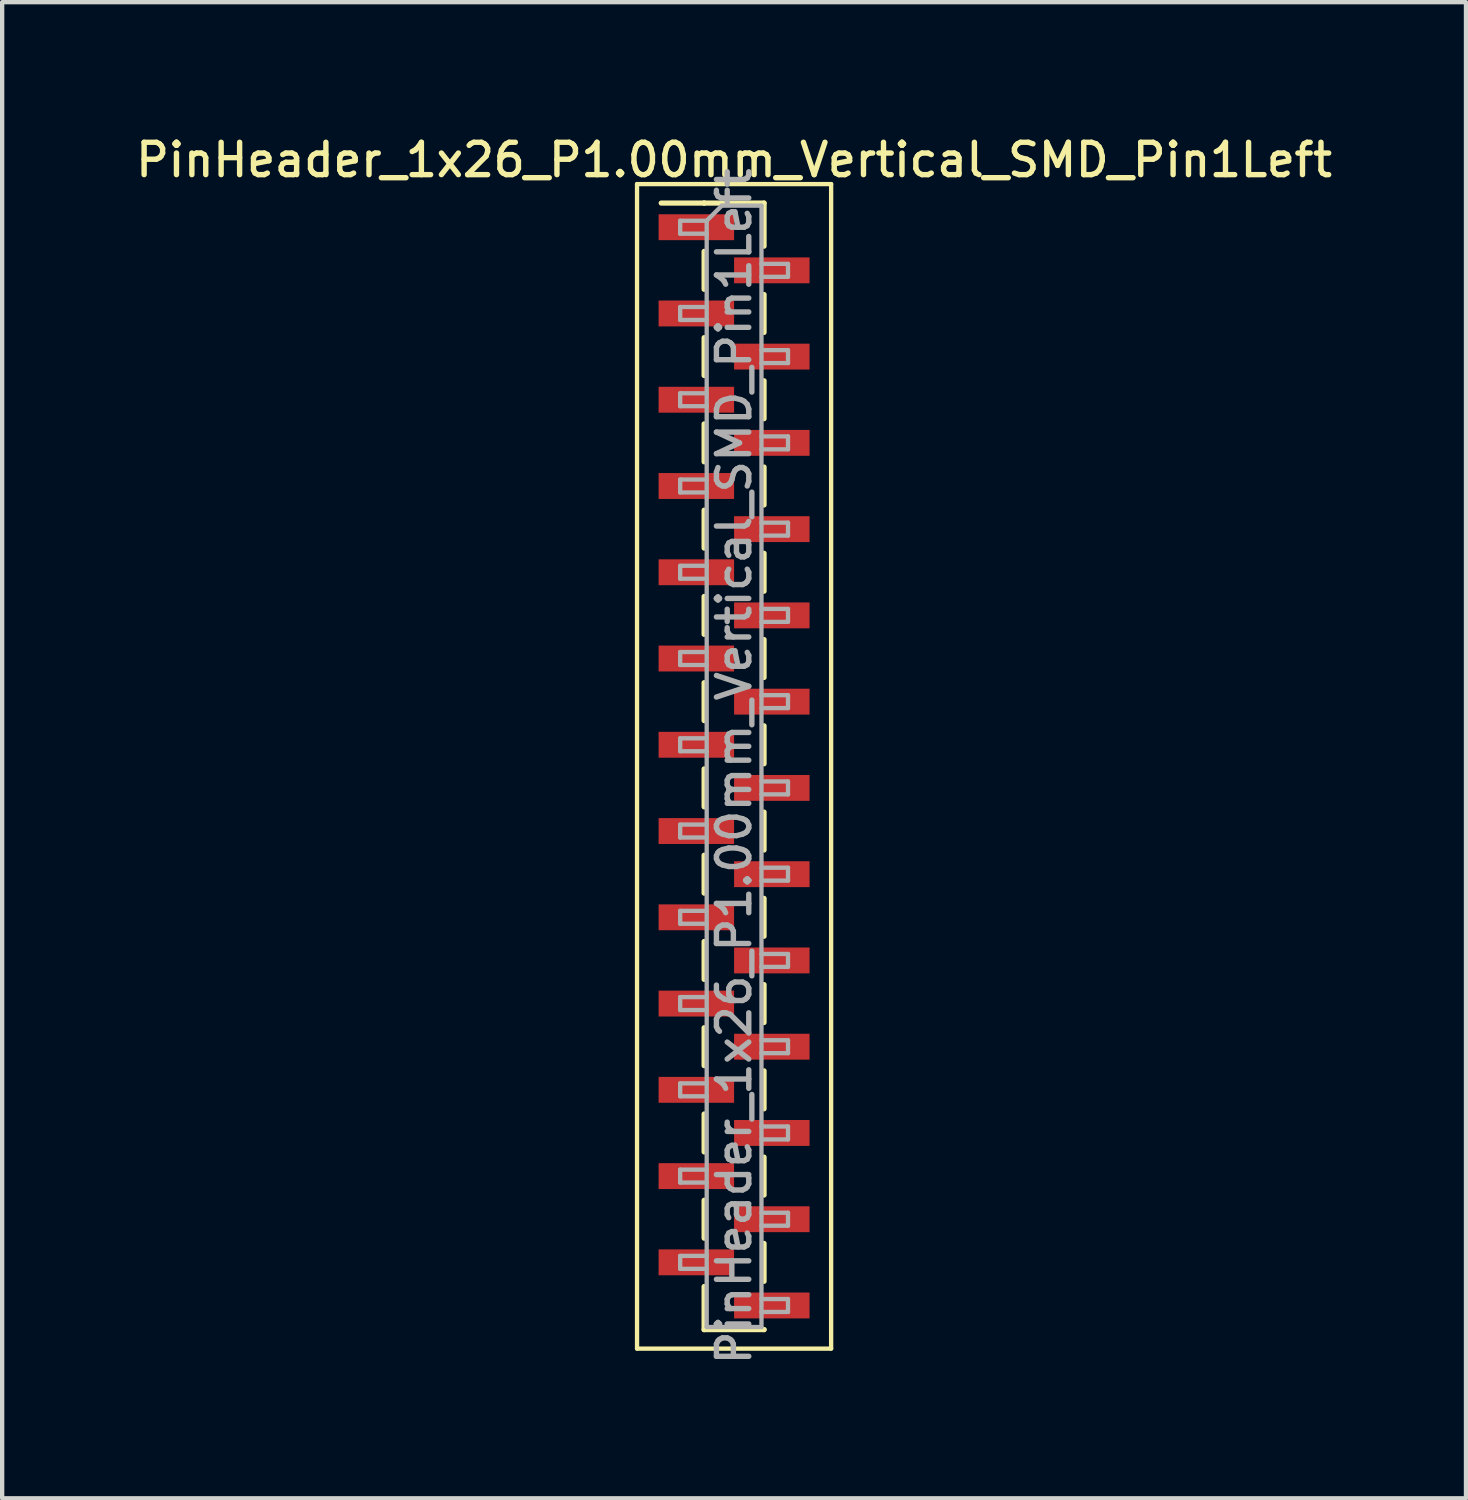
<source format=kicad_pcb>
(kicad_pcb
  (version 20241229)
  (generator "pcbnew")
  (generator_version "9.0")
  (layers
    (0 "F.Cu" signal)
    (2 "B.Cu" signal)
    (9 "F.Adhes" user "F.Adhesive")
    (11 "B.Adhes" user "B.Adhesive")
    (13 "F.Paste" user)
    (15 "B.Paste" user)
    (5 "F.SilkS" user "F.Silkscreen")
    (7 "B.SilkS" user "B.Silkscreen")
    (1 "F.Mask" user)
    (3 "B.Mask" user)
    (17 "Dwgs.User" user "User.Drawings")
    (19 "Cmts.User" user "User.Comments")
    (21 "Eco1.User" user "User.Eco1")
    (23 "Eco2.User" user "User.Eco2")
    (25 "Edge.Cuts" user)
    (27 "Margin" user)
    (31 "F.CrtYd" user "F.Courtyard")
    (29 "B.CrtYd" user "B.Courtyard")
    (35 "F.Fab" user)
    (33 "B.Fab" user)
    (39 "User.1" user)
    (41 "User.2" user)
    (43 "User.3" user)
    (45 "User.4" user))
  (footprint "PinHeader_1x26_P1.00mm_Vertical_SMD_Pin1Left"
    (layer "F.Cu")
    (at 13.97 14.718)
    (property "Reference" "PinHeader_1x26_P1.00mm_Vertical_SMD_Pin1Left" (at 0 -14.06 0) (layer "F.SilkS") (effects (font (size 0.75 0.75) (thickness 0.125))))
    (attr smd)
    (fp_line (start -2.25 -13.5) (end -2.25 13.5) (stroke (width 0.1) (type solid)) (layer "F.SilkS"))
    (fp_line (start -2.25 13.5) (end 2.25 13.5) (stroke (width 0.1) (type solid)) (layer "F.SilkS"))
    (fp_line (start -0.695 -13.06) (end -1.69 -13.06) (stroke (width 0.12) (type solid)) (layer "F.SilkS"))
    (fp_line (start -0.695 -13.06) (end -0.695 -13.06) (stroke (width 0.12) (type solid)) (layer "F.SilkS"))
    (fp_line (start -0.695 -13.06) (end 0.695 -13.06) (stroke (width 0.12) (type solid)) (layer "F.SilkS"))
    (fp_line (start -0.695 -11.94) (end -0.695 -11.06) (stroke (width 0.12) (type solid)) (layer "F.SilkS"))
    (fp_line (start -0.695 -9.94) (end -0.695 -9.06) (stroke (width 0.12) (type solid)) (layer "F.SilkS"))
    (fp_line (start -0.695 -7.94) (end -0.695 -7.06) (stroke (width 0.12) (type solid)) (layer "F.SilkS"))
    (fp_line (start -0.695 -5.94) (end -0.695 -5.06) (stroke (width 0.12) (type solid)) (layer "F.SilkS"))
    (fp_line (start -0.695 -3.94) (end -0.695 -3.06) (stroke (width 0.12) (type solid)) (layer "F.SilkS"))
    (fp_line (start -0.695 -1.94) (end -0.695 -1.06) (stroke (width 0.12) (type solid)) (layer "F.SilkS"))
    (fp_line (start -0.695 0.06) (end -0.695 0.94) (stroke (width 0.12) (type solid)) (layer "F.SilkS"))
    (fp_line (start -0.695 2.06) (end -0.695 2.94) (stroke (width 0.12) (type solid)) (layer "F.SilkS"))
    (fp_line (start -0.695 4.06) (end -0.695 4.94) (stroke (width 0.12) (type solid)) (layer "F.SilkS"))
    (fp_line (start -0.695 6.06) (end -0.695 6.94) (stroke (width 0.12) (type solid)) (layer "F.SilkS"))
    (fp_line (start -0.695 8.06) (end -0.695 8.94) (stroke (width 0.12) (type solid)) (layer "F.SilkS"))
    (fp_line (start -0.695 10.06) (end -0.695 10.94) (stroke (width 0.12) (type solid)) (layer "F.SilkS"))
    (fp_line (start -0.695 12.06) (end -0.695 13.06) (stroke (width 0.12) (type solid)) (layer "F.SilkS"))
    (fp_line (start -0.695 13.06) (end 0.695 13.06) (stroke (width 0.12) (type solid)) (layer "F.SilkS"))
    (fp_line (start 0.695 -13.06) (end 0.695 -12.06) (stroke (width 0.12) (type solid)) (layer "F.SilkS"))
    (fp_line (start 0.695 -10.94) (end 0.695 -10.06) (stroke (width 0.12) (type solid)) (layer "F.SilkS"))
    (fp_line (start 0.695 -8.94) (end 0.695 -8.06) (stroke (width 0.12) (type solid)) (layer "F.SilkS"))
    (fp_line (start 0.695 -6.94) (end 0.695 -6.06) (stroke (width 0.12) (type solid)) (layer "F.SilkS"))
    (fp_line (start 0.695 -4.94) (end 0.695 -4.06) (stroke (width 0.12) (type solid)) (layer "F.SilkS"))
    (fp_line (start 0.695 -2.94) (end 0.695 -2.06) (stroke (width 0.12) (type solid)) (layer "F.SilkS"))
    (fp_line (start 0.695 -0.94) (end 0.695 -0.06) (stroke (width 0.12) (type solid)) (layer "F.SilkS"))
    (fp_line (start 0.695 1.06) (end 0.695 1.94) (stroke (width 0.12) (type solid)) (layer "F.SilkS"))
    (fp_line (start 0.695 3.06) (end 0.695 3.94) (stroke (width 0.12) (type solid)) (layer "F.SilkS"))
    (fp_line (start 0.695 5.06) (end 0.695 5.94) (stroke (width 0.12) (type solid)) (layer "F.SilkS"))
    (fp_line (start 0.695 7.06) (end 0.695 7.94) (stroke (width 0.12) (type solid)) (layer "F.SilkS"))
    (fp_line (start 0.695 9.06) (end 0.695 9.94) (stroke (width 0.12) (type solid)) (layer "F.SilkS"))
    (fp_line (start 0.695 11.06) (end 0.695 11.94) (stroke (width 0.12) (type solid)) (layer "F.SilkS"))
    (fp_line (start 0.695 13.06) (end 0.695 13.06) (stroke (width 0.12) (type solid)) (layer "F.SilkS"))
    (fp_line (start 2.25 -13.5) (end -2.25 -13.5) (stroke (width 0.1) (type solid)) (layer "F.SilkS"))
    (fp_line (start 2.25 13.5) (end 2.25 -13.5) (stroke (width 0.1) (type solid)) (layer "F.SilkS"))
    (fp_line (start -1.25 -12.65) (end -1.25 -12.35) (stroke (width 0.1) (type solid)) (layer "F.Fab"))
    (fp_line (start -1.25 -12.35) (end -0.635 -12.35) (stroke (width 0.1) (type solid)) (layer "F.Fab"))
    (fp_line (start -1.25 -10.65) (end -1.25 -10.35) (stroke (width 0.1) (type solid)) (layer "F.Fab"))
    (fp_line (start -1.25 -10.35) (end -0.635 -10.35) (stroke (width 0.1) (type solid)) (layer "F.Fab"))
    (fp_line (start -1.25 -8.65) (end -1.25 -8.35) (stroke (width 0.1) (type solid)) (layer "F.Fab"))
    (fp_line (start -1.25 -8.35) (end -0.635 -8.35) (stroke (width 0.1) (type solid)) (layer "F.Fab"))
    (fp_line (start -1.25 -6.65) (end -1.25 -6.35) (stroke (width 0.1) (type solid)) (layer "F.Fab"))
    (fp_line (start -1.25 -6.35) (end -0.635 -6.35) (stroke (width 0.1) (type solid)) (layer "F.Fab"))
    (fp_line (start -1.25 -4.65) (end -1.25 -4.35) (stroke (width 0.1) (type solid)) (layer "F.Fab"))
    (fp_line (start -1.25 -4.35) (end -0.635 -4.35) (stroke (width 0.1) (type solid)) (layer "F.Fab"))
    (fp_line (start -1.25 -2.65) (end -1.25 -2.35) (stroke (width 0.1) (type solid)) (layer "F.Fab"))
    (fp_line (start -1.25 -2.35) (end -0.635 -2.35) (stroke (width 0.1) (type solid)) (layer "F.Fab"))
    (fp_line (start -1.25 -0.65) (end -1.25 -0.35) (stroke (width 0.1) (type solid)) (layer "F.Fab"))
    (fp_line (start -1.25 -0.35) (end -0.635 -0.35) (stroke (width 0.1) (type solid)) (layer "F.Fab"))
    (fp_line (start -1.25 1.35) (end -1.25 1.65) (stroke (width 0.1) (type solid)) (layer "F.Fab"))
    (fp_line (start -1.25 1.65) (end -0.635 1.65) (stroke (width 0.1) (type solid)) (layer "F.Fab"))
    (fp_line (start -1.25 3.35) (end -1.25 3.65) (stroke (width 0.1) (type solid)) (layer "F.Fab"))
    (fp_line (start -1.25 3.65) (end -0.635 3.65) (stroke (width 0.1) (type solid)) (layer "F.Fab"))
    (fp_line (start -1.25 5.35) (end -1.25 5.65) (stroke (width 0.1) (type solid)) (layer "F.Fab"))
    (fp_line (start -1.25 5.65) (end -0.635 5.65) (stroke (width 0.1) (type solid)) (layer "F.Fab"))
    (fp_line (start -1.25 7.35) (end -1.25 7.65) (stroke (width 0.1) (type solid)) (layer "F.Fab"))
    (fp_line (start -1.25 7.65) (end -0.635 7.65) (stroke (width 0.1) (type solid)) (layer "F.Fab"))
    (fp_line (start -1.25 9.35) (end -1.25 9.65) (stroke (width 0.1) (type solid)) (layer "F.Fab"))
    (fp_line (start -1.25 9.65) (end -0.635 9.65) (stroke (width 0.1) (type solid)) (layer "F.Fab"))
    (fp_line (start -1.25 11.35) (end -1.25 11.65) (stroke (width 0.1) (type solid)) (layer "F.Fab"))
    (fp_line (start -1.25 11.65) (end -0.635 11.65) (stroke (width 0.1) (type solid)) (layer "F.Fab"))
    (fp_line (start -0.635 -12.65) (end -1.25 -12.65) (stroke (width 0.1) (type solid)) (layer "F.Fab"))
    (fp_line (start -0.635 -12.65) (end -0.285 -13) (stroke (width 0.1) (type solid)) (layer "F.Fab"))
    (fp_line (start -0.635 -10.65) (end -1.25 -10.65) (stroke (width 0.1) (type solid)) (layer "F.Fab"))
    (fp_line (start -0.635 -8.65) (end -1.25 -8.65) (stroke (width 0.1) (type solid)) (layer "F.Fab"))
    (fp_line (start -0.635 -6.65) (end -1.25 -6.65) (stroke (width 0.1) (type solid)) (layer "F.Fab"))
    (fp_line (start -0.635 -4.65) (end -1.25 -4.65) (stroke (width 0.1) (type solid)) (layer "F.Fab"))
    (fp_line (start -0.635 -2.65) (end -1.25 -2.65) (stroke (width 0.1) (type solid)) (layer "F.Fab"))
    (fp_line (start -0.635 -0.65) (end -1.25 -0.65) (stroke (width 0.1) (type solid)) (layer "F.Fab"))
    (fp_line (start -0.635 1.35) (end -1.25 1.35) (stroke (width 0.1) (type solid)) (layer "F.Fab"))
    (fp_line (start -0.635 3.35) (end -1.25 3.35) (stroke (width 0.1) (type solid)) (layer "F.Fab"))
    (fp_line (start -0.635 5.35) (end -1.25 5.35) (stroke (width 0.1) (type solid)) (layer "F.Fab"))
    (fp_line (start -0.635 7.35) (end -1.25 7.35) (stroke (width 0.1) (type solid)) (layer "F.Fab"))
    (fp_line (start -0.635 9.35) (end -1.25 9.35) (stroke (width 0.1) (type solid)) (layer "F.Fab"))
    (fp_line (start -0.635 11.35) (end -1.25 11.35) (stroke (width 0.1) (type solid)) (layer "F.Fab"))
    (fp_line (start -0.635 13) (end -0.635 -12.65) (stroke (width 0.1) (type solid)) (layer "F.Fab"))
    (fp_line (start -0.285 -13) (end 0.635 -13) (stroke (width 0.1) (type solid)) (layer "F.Fab"))
    (fp_line (start 0.635 -13) (end 0.635 13) (stroke (width 0.1) (type solid)) (layer "F.Fab"))
    (fp_line (start 0.635 -11.65) (end 1.25 -11.65) (stroke (width 0.1) (type solid)) (layer "F.Fab"))
    (fp_line (start 0.635 -9.65) (end 1.25 -9.65) (stroke (width 0.1) (type solid)) (layer "F.Fab"))
    (fp_line (start 0.635 -7.65) (end 1.25 -7.65) (stroke (width 0.1) (type solid)) (layer "F.Fab"))
    (fp_line (start 0.635 -5.65) (end 1.25 -5.65) (stroke (width 0.1) (type solid)) (layer "F.Fab"))
    (fp_line (start 0.635 -3.65) (end 1.25 -3.65) (stroke (width 0.1) (type solid)) (layer "F.Fab"))
    (fp_line (start 0.635 -1.65) (end 1.25 -1.65) (stroke (width 0.1) (type solid)) (layer "F.Fab"))
    (fp_line (start 0.635 0.35) (end 1.25 0.35) (stroke (width 0.1) (type solid)) (layer "F.Fab"))
    (fp_line (start 0.635 2.35) (end 1.25 2.35) (stroke (width 0.1) (type solid)) (layer "F.Fab"))
    (fp_line (start 0.635 4.35) (end 1.25 4.35) (stroke (width 0.1) (type solid)) (layer "F.Fab"))
    (fp_line (start 0.635 6.35) (end 1.25 6.35) (stroke (width 0.1) (type solid)) (layer "F.Fab"))
    (fp_line (start 0.635 8.35) (end 1.25 8.35) (stroke (width 0.1) (type solid)) (layer "F.Fab"))
    (fp_line (start 0.635 10.35) (end 1.25 10.35) (stroke (width 0.1) (type solid)) (layer "F.Fab"))
    (fp_line (start 0.635 12.35) (end 1.25 12.35) (stroke (width 0.1) (type solid)) (layer "F.Fab"))
    (fp_line (start 0.635 13) (end -0.635 13) (stroke (width 0.1) (type solid)) (layer "F.Fab"))
    (fp_line (start 1.25 -11.65) (end 1.25 -11.35) (stroke (width 0.1) (type solid)) (layer "F.Fab"))
    (fp_line (start 1.25 -11.35) (end 0.635 -11.35) (stroke (width 0.1) (type solid)) (layer "F.Fab"))
    (fp_line (start 1.25 -9.65) (end 1.25 -9.35) (stroke (width 0.1) (type solid)) (layer "F.Fab"))
    (fp_line (start 1.25 -9.35) (end 0.635 -9.35) (stroke (width 0.1) (type solid)) (layer "F.Fab"))
    (fp_line (start 1.25 -7.65) (end 1.25 -7.35) (stroke (width 0.1) (type solid)) (layer "F.Fab"))
    (fp_line (start 1.25 -7.35) (end 0.635 -7.35) (stroke (width 0.1) (type solid)) (layer "F.Fab"))
    (fp_line (start 1.25 -5.65) (end 1.25 -5.35) (stroke (width 0.1) (type solid)) (layer "F.Fab"))
    (fp_line (start 1.25 -5.35) (end 0.635 -5.35) (stroke (width 0.1) (type solid)) (layer "F.Fab"))
    (fp_line (start 1.25 -3.65) (end 1.25 -3.35) (stroke (width 0.1) (type solid)) (layer "F.Fab"))
    (fp_line (start 1.25 -3.35) (end 0.635 -3.35) (stroke (width 0.1) (type solid)) (layer "F.Fab"))
    (fp_line (start 1.25 -1.65) (end 1.25 -1.35) (stroke (width 0.1) (type solid)) (layer "F.Fab"))
    (fp_line (start 1.25 -1.35) (end 0.635 -1.35) (stroke (width 0.1) (type solid)) (layer "F.Fab"))
    (fp_line (start 1.25 0.35) (end 1.25 0.65) (stroke (width 0.1) (type solid)) (layer "F.Fab"))
    (fp_line (start 1.25 0.65) (end 0.635 0.65) (stroke (width 0.1) (type solid)) (layer "F.Fab"))
    (fp_line (start 1.25 2.35) (end 1.25 2.65) (stroke (width 0.1) (type solid)) (layer "F.Fab"))
    (fp_line (start 1.25 2.65) (end 0.635 2.65) (stroke (width 0.1) (type solid)) (layer "F.Fab"))
    (fp_line (start 1.25 4.35) (end 1.25 4.65) (stroke (width 0.1) (type solid)) (layer "F.Fab"))
    (fp_line (start 1.25 4.65) (end 0.635 4.65) (stroke (width 0.1) (type solid)) (layer "F.Fab"))
    (fp_line (start 1.25 6.35) (end 1.25 6.65) (stroke (width 0.1) (type solid)) (layer "F.Fab"))
    (fp_line (start 1.25 6.65) (end 0.635 6.65) (stroke (width 0.1) (type solid)) (layer "F.Fab"))
    (fp_line (start 1.25 8.35) (end 1.25 8.65) (stroke (width 0.1) (type solid)) (layer "F.Fab"))
    (fp_line (start 1.25 8.65) (end 0.635 8.65) (stroke (width 0.1) (type solid)) (layer "F.Fab"))
    (fp_line (start 1.25 10.35) (end 1.25 10.65) (stroke (width 0.1) (type solid)) (layer "F.Fab"))
    (fp_line (start 1.25 10.65) (end 0.635 10.65) (stroke (width 0.1) (type solid)) (layer "F.Fab"))
    (fp_line (start 1.25 12.35) (end 1.25 12.65) (stroke (width 0.1) (type solid)) (layer "F.Fab"))
    (fp_line (start 1.25 12.65) (end 0.635 12.65) (stroke (width 0.1) (type solid)) (layer "F.Fab"))
    (fp_text user "${REFERENCE}" (at 0 0 90) (layer "F.Fab") (effects (font (size 0.75 0.75) (thickness 0.125))))
    (pad "1" smd rect (at -0.875 -12.5) (size 1.75 0.6) (layers "F.Cu" "F.Mask" "F.Paste"))
    (pad "2" smd rect (at 0.875 -11.5) (size 1.75 0.6) (layers "F.Cu" "F.Mask" "F.Paste"))
    (pad "3" smd rect (at -0.875 -10.5) (size 1.75 0.6) (layers "F.Cu" "F.Mask" "F.Paste"))
    (pad "4" smd rect (at 0.875 -9.5) (size 1.75 0.6) (layers "F.Cu" "F.Mask" "F.Paste"))
    (pad "5" smd rect (at -0.875 -8.5) (size 1.75 0.6) (layers "F.Cu" "F.Mask" "F.Paste"))
    (pad "6" smd rect (at 0.875 -7.5) (size 1.75 0.6) (layers "F.Cu" "F.Mask" "F.Paste"))
    (pad "7" smd rect (at -0.875 -6.5) (size 1.75 0.6) (layers "F.Cu" "F.Mask" "F.Paste"))
    (pad "8" smd rect (at 0.875 -5.5) (size 1.75 0.6) (layers "F.Cu" "F.Mask" "F.Paste"))
    (pad "9" smd rect (at -0.875 -4.5) (size 1.75 0.6) (layers "F.Cu" "F.Mask" "F.Paste"))
    (pad "10" smd rect (at 0.875 -3.5) (size 1.75 0.6) (layers "F.Cu" "F.Mask" "F.Paste"))
    (pad "11" smd rect (at -0.875 -2.5) (size 1.75 0.6) (layers "F.Cu" "F.Mask" "F.Paste"))
    (pad "12" smd rect (at 0.875 -1.5) (size 1.75 0.6) (layers "F.Cu" "F.Mask" "F.Paste"))
    (pad "13" smd rect (at -0.875 -0.5) (size 1.75 0.6) (layers "F.Cu" "F.Mask" "F.Paste"))
    (pad "14" smd rect (at 0.875 0.5) (size 1.75 0.6) (layers "F.Cu" "F.Mask" "F.Paste"))
    (pad "15" smd rect (at -0.875 1.5) (size 1.75 0.6) (layers "F.Cu" "F.Mask" "F.Paste"))
    (pad "16" smd rect (at 0.875 2.5) (size 1.75 0.6) (layers "F.Cu" "F.Mask" "F.Paste"))
    (pad "17" smd rect (at -0.875 3.5) (size 1.75 0.6) (layers "F.Cu" "F.Mask" "F.Paste"))
    (pad "18" smd rect (at 0.875 4.5) (size 1.75 0.6) (layers "F.Cu" "F.Mask" "F.Paste"))
    (pad "19" smd rect (at -0.875 5.5) (size 1.75 0.6) (layers "F.Cu" "F.Mask" "F.Paste"))
    (pad "20" smd rect (at 0.875 6.5) (size 1.75 0.6) (layers "F.Cu" "F.Mask" "F.Paste"))
    (pad "21" smd rect (at -0.875 7.5) (size 1.75 0.6) (layers "F.Cu" "F.Mask" "F.Paste"))
    (pad "22" smd rect (at 0.875 8.5) (size 1.75 0.6) (layers "F.Cu" "F.Mask" "F.Paste"))
    (pad "23" smd rect (at -0.875 9.5) (size 1.75 0.6) (layers "F.Cu" "F.Mask" "F.Paste"))
    (pad "24" smd rect (at 0.875 10.5) (size 1.75 0.6) (layers "F.Cu" "F.Mask" "F.Paste"))
    (pad "25" smd rect (at -0.875 11.5) (size 1.75 0.6) (layers "F.Cu" "F.Mask" "F.Paste"))
    (pad "26" smd rect (at 0.875 12.5) (size 1.75 0.6) (layers "F.Cu" "F.Mask" "F.Paste")))
  (gr_rect
    (start -3 -3)
    (end 30.939 31.688)
    (stroke (width 0.1) (type default))
    (fill no)
    (layer "Edge.Cuts")))
</source>
